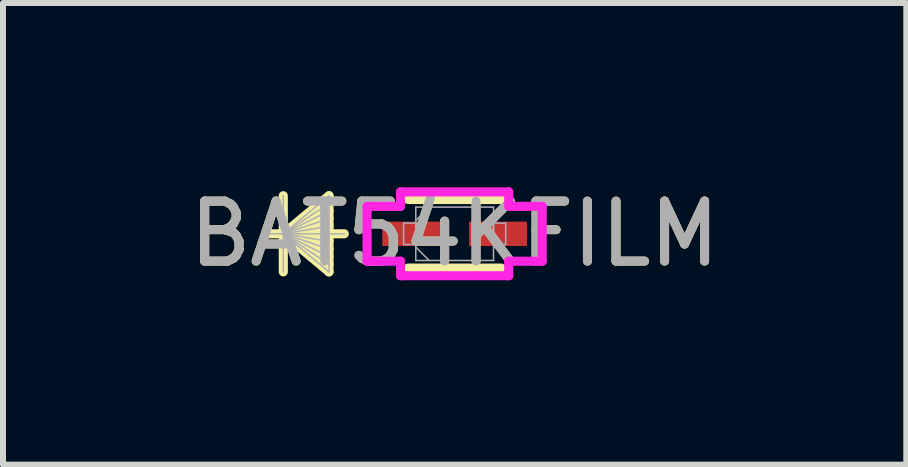
<source format=kicad_pcb>
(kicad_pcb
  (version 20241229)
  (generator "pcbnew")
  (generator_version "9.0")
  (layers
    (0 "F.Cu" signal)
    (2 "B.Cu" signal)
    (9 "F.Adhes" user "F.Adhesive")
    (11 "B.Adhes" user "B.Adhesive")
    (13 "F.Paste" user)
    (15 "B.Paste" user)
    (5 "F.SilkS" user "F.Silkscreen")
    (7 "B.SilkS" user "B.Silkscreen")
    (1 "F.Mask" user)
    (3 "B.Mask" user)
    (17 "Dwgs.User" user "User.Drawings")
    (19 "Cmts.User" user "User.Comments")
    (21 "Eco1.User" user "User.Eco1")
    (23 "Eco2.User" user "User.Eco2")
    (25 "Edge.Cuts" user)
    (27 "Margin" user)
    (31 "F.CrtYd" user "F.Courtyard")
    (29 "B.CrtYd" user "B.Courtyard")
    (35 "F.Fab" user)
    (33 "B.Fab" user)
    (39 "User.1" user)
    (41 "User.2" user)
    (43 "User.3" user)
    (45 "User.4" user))
  (footprint "BAT54KFILM"
    (layer "F.Cu")
    (at 4.53 0.848)
    (property "Reference" "BAT54KFILM" (at 0 0 0) (unlocked yes) (layer "F.SilkS") (effects (font (size 1 1) (thickness 0.15))))
    (attr smd)
    (fp_line (start -2.857 -0.635) (end -2.857 0.635) (stroke (width 0.152) (type solid)) (layer "F.SilkS"))
    (fp_line (start -2.857 0) (end -2.095 -0.635) (stroke (width 0.152) (type solid)) (layer "F.SilkS"))
    (fp_line (start -2.857 0) (end -2.095 -0.508) (stroke (width 0.152) (type solid)) (layer "F.SilkS"))
    (fp_line (start -2.857 0) (end -2.095 -0.381) (stroke (width 0.152) (type solid)) (layer "F.SilkS"))
    (fp_line (start -2.857 0) (end -2.095 -0.254) (stroke (width 0.152) (type solid)) (layer "F.SilkS"))
    (fp_line (start -2.857 0) (end -2.095 -0.127) (stroke (width 0.152) (type solid)) (layer "F.SilkS"))
    (fp_line (start -2.857 0) (end -2.095 0.127) (stroke (width 0.152) (type solid)) (layer "F.SilkS"))
    (fp_line (start -2.857 0) (end -2.095 0.254) (stroke (width 0.152) (type solid)) (layer "F.SilkS"))
    (fp_line (start -2.857 0) (end -2.095 0.381) (stroke (width 0.152) (type solid)) (layer "F.SilkS"))
    (fp_line (start -2.857 0) (end -2.095 0.508) (stroke (width 0.152) (type solid)) (layer "F.SilkS"))
    (fp_line (start -2.857 0) (end -2.095 0.635) (stroke (width 0.152) (type solid)) (layer "F.SilkS"))
    (fp_line (start -2.095 -0.635) (end -2.095 0.635) (stroke (width 0.152) (type solid)) (layer "F.SilkS"))
    (fp_line (start -1.841 0) (end -3.111 0) (stroke (width 0.152) (type solid)) (layer "F.SilkS"))
    (fp_line (start -0.775 0.572) (end 0.775 0.572) (stroke (width 0.152) (type solid)) (layer "F.SilkS"))
    (fp_line (start 0.775 -0.572) (end -0.775 -0.572) (stroke (width 0.152) (type solid)) (layer "F.SilkS"))
    (fp_line (start -1.46 -0.457) (end -0.902 -0.457) (stroke (width 0.152) (type solid)) (layer "F.CrtYd"))
    (fp_line (start -1.46 0.457) (end -1.46 -0.457) (stroke (width 0.152) (type solid)) (layer "F.CrtYd"))
    (fp_line (start -0.902 -0.699) (end 0.902 -0.699) (stroke (width 0.152) (type solid)) (layer "F.CrtYd"))
    (fp_line (start -0.902 -0.457) (end -0.902 -0.699) (stroke (width 0.152) (type solid)) (layer "F.CrtYd"))
    (fp_line (start -0.902 0.457) (end -1.46 0.457) (stroke (width 0.152) (type solid)) (layer "F.CrtYd"))
    (fp_line (start -0.902 0.699) (end -0.902 0.457) (stroke (width 0.152) (type solid)) (layer "F.CrtYd"))
    (fp_line (start 0.902 -0.699) (end 0.902 -0.457) (stroke (width 0.152) (type solid)) (layer "F.CrtYd"))
    (fp_line (start 0.902 -0.457) (end 1.46 -0.457) (stroke (width 0.152) (type solid)) (layer "F.CrtYd"))
    (fp_line (start 0.902 0.457) (end 0.902 0.699) (stroke (width 0.152) (type solid)) (layer "F.CrtYd"))
    (fp_line (start 0.902 0.699) (end -0.902 0.699) (stroke (width 0.152) (type solid)) (layer "F.CrtYd"))
    (fp_line (start 1.46 -0.457) (end 1.46 0.457) (stroke (width 0.152) (type solid)) (layer "F.CrtYd"))
    (fp_line (start 1.46 0.457) (end 0.902 0.457) (stroke (width 0.152) (type solid)) (layer "F.CrtYd"))
    (fp_line (start -2.857 -0.635) (end -2.857 0.635) (stroke (width 0.025) (type solid)) (layer "F.Fab"))
    (fp_line (start -2.857 0) (end -2.095 -0.635) (stroke (width 0.025) (type solid)) (layer "F.Fab"))
    (fp_line (start -2.857 0) (end -2.095 -0.508) (stroke (width 0.025) (type solid)) (layer "F.Fab"))
    (fp_line (start -2.857 0) (end -2.095 -0.381) (stroke (width 0.025) (type solid)) (layer "F.Fab"))
    (fp_line (start -2.857 0) (end -2.095 -0.254) (stroke (width 0.025) (type solid)) (layer "F.Fab"))
    (fp_line (start -2.857 0) (end -2.095 -0.127) (stroke (width 0.025) (type solid)) (layer "F.Fab"))
    (fp_line (start -2.857 0) (end -2.095 0.127) (stroke (width 0.025) (type solid)) (layer "F.Fab"))
    (fp_line (start -2.857 0) (end -2.095 0.254) (stroke (width 0.025) (type solid)) (layer "F.Fab"))
    (fp_line (start -2.857 0) (end -2.095 0.381) (stroke (width 0.025) (type solid)) (layer "F.Fab"))
    (fp_line (start -2.857 0) (end -2.095 0.508) (stroke (width 0.025) (type solid)) (layer "F.Fab"))
    (fp_line (start -2.857 0) (end -2.095 0.635) (stroke (width 0.025) (type solid)) (layer "F.Fab"))
    (fp_line (start -2.095 -0.635) (end -2.095 0.635) (stroke (width 0.025) (type solid)) (layer "F.Fab"))
    (fp_line (start -1.841 0) (end -3.111 0) (stroke (width 0.025) (type solid)) (layer "F.Fab"))
    (fp_line (start -0.851 -0.178) (end -0.851 0.178) (stroke (width 0.025) (type solid)) (layer "F.Fab"))
    (fp_line (start -0.851 0.178) (end -0.648 0.178) (stroke (width 0.025) (type solid)) (layer "F.Fab"))
    (fp_line (start -0.648 -0.445) (end -0.648 0.445) (stroke (width 0.025) (type solid)) (layer "F.Fab"))
    (fp_line (start -0.648 -0.222) (end -0.425 -0.445) (stroke (width 0.025) (type solid)) (layer "F.Fab"))
    (fp_line (start -0.648 -0.178) (end -0.851 -0.178) (stroke (width 0.025) (type solid)) (layer "F.Fab"))
    (fp_line (start -0.648 0.178) (end -0.648 -0.178) (stroke (width 0.025) (type solid)) (layer "F.Fab"))
    (fp_line (start -0.648 0.222) (end -0.425 0.445) (stroke (width 0.025) (type solid)) (layer "F.Fab"))
    (fp_line (start -0.648 0.445) (end 0.648 0.445) (stroke (width 0.025) (type solid)) (layer "F.Fab"))
    (fp_line (start 0.648 -0.445) (end -0.648 -0.445) (stroke (width 0.025) (type solid)) (layer "F.Fab"))
    (fp_line (start 0.648 -0.178) (end 0.648 0.178) (stroke (width 0.025) (type solid)) (layer "F.Fab"))
    (fp_line (start 0.648 0.178) (end 0.851 0.178) (stroke (width 0.025) (type solid)) (layer "F.Fab"))
    (fp_line (start 0.648 0.445) (end 0.648 -0.445) (stroke (width 0.025) (type solid)) (layer "F.Fab"))
    (fp_line (start 0.851 -0.178) (end 0.648 -0.178) (stroke (width 0.025) (type solid)) (layer "F.Fab"))
    (fp_line (start 0.851 0.178) (end 0.851 -0.178) (stroke (width 0.025) (type solid)) (layer "F.Fab"))
    (fp_text user "${REFERENCE}" (at 0 0 0) (unlocked yes) (layer "F.Fab") (effects (font (size 1 1) (thickness 0.15))))
    (pad "1" smd rect (at -0.724 0) (size 0.965 0.406) (layers "F.Cu" "F.Mask" "F.Paste"))
    (pad "2" smd rect (at 0.724 0) (size 0.965 0.406) (layers "F.Cu" "F.Mask" "F.Paste")))
  (gr_rect
    (start -3 -3)
    (end 12.06 4.697)
    (stroke (width 0.1) (type default))
    (fill no)
    (layer "Edge.Cuts")))
</source>
